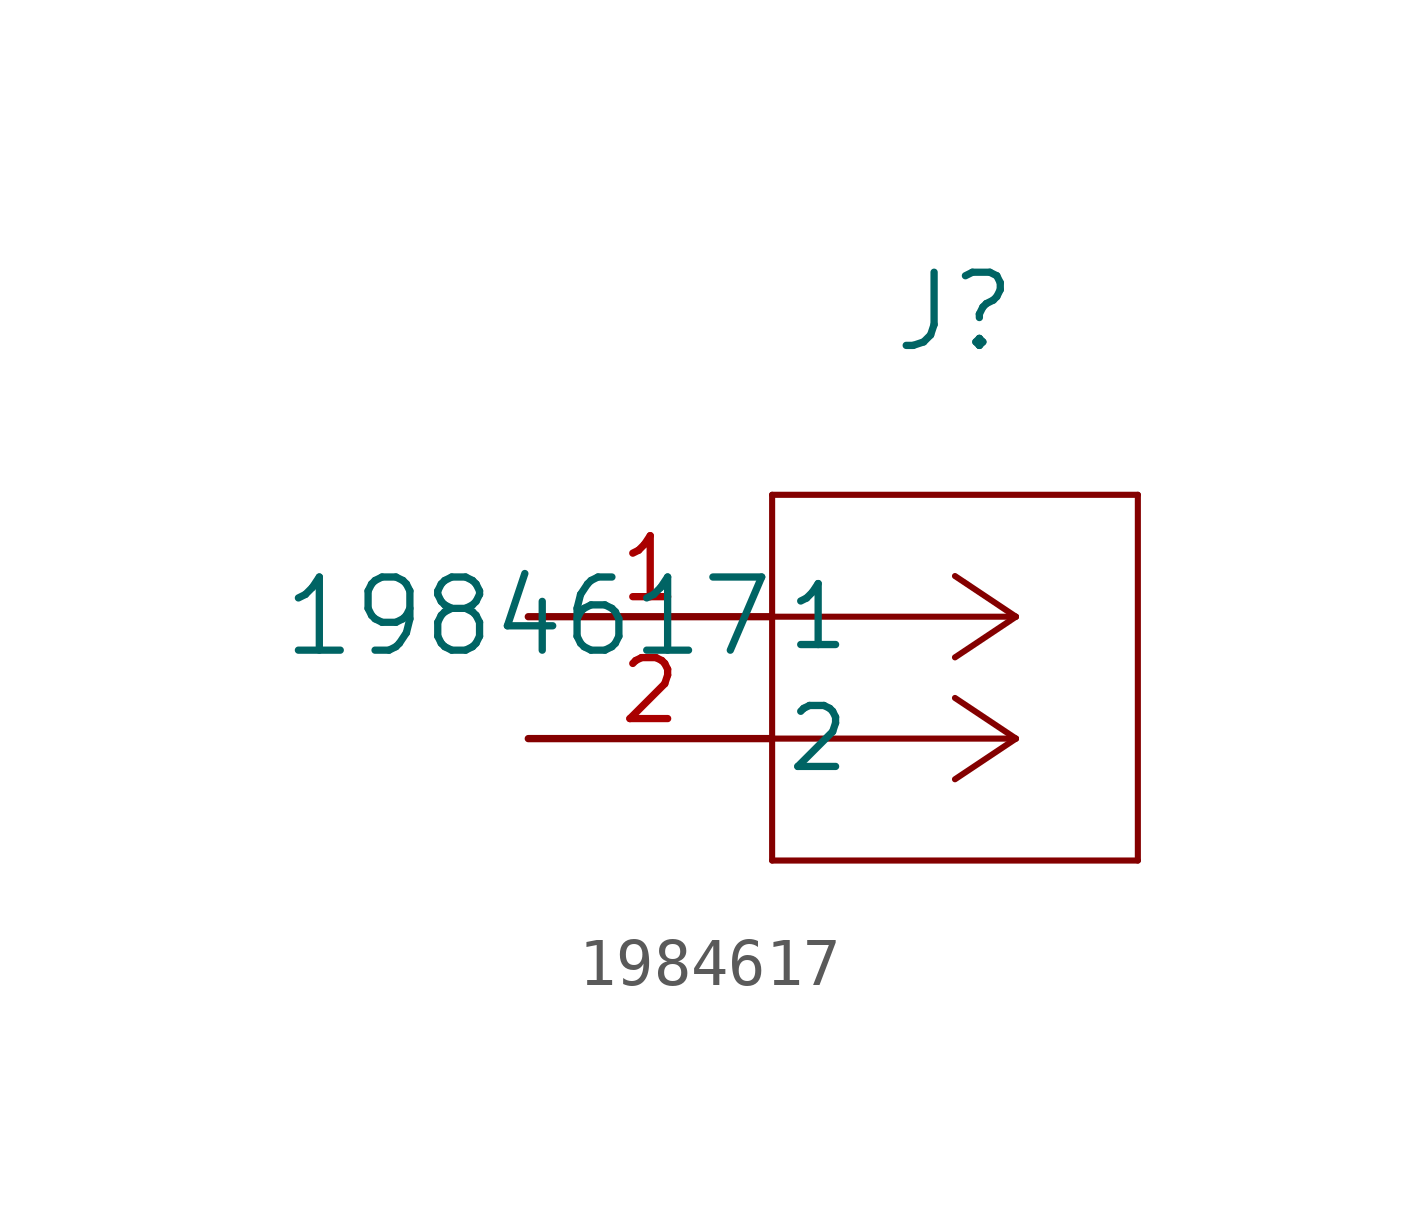
<source format=kicad_sym>
(kicad_symbol_lib
  (version 20211014)
  (generator kicad_symbol_editor)
  (symbol "1984617"
    (pin_names
      (offset 0.254))
    (property "Reference" "J"
      (at 8.89 6.35 0)
      (effects (font (size 1.524 1.524))))
    (property "Value" "1984617"
      (at 0 0 0)
      (effects (font (size 1.524 1.524))))
    (symbol "1984617_0_1"
      (polyline (pts (xy 10.16 0) (xy 5.08 0)) (stroke (width 0.127) (type default) (color 0 0 0 0)) (fill (type none)))
      (polyline (pts (xy 10.16 -2.54) (xy 5.08 -2.54)) (stroke (width 0.127) (type default) (color 0 0 0 0)) (fill (type none)))
      (polyline (pts (xy 10.16 0) (xy 8.89 0.847)) (stroke (width 0.127) (type default) (color 0 0 0 0)) (fill (type none)))
      (polyline (pts (xy 10.16 -2.54) (xy 8.89 -1.693)) (stroke (width 0.127) (type default) (color 0 0 0 0)) (fill (type none)))
      (polyline (pts (xy 10.16 0) (xy 8.89 -0.847)) (stroke (width 0.127) (type default) (color 0 0 0 0)) (fill (type none)))
      (polyline (pts (xy 10.16 -2.54) (xy 8.89 -3.387)) (stroke (width 0.127) (type default) (color 0 0 0 0)) (fill (type none)))
      (polyline (pts (xy 5.08 2.54) (xy 5.08 -5.08)) (stroke (width 0.127) (type default) (color 0 0 0 0)) (fill (type none)))
      (polyline (pts (xy 5.08 -5.08) (xy 12.7 -5.08)) (stroke (width 0.127) (type default) (color 0 0 0 0)) (fill (type none)))
      (polyline (pts (xy 12.7 -5.08) (xy 12.7 2.54)) (stroke (width 0.127) (type default) (color 0 0 0 0)) (fill (type none)))
      (polyline (pts (xy 12.7 2.54) (xy 5.08 2.54)) (stroke (width 0.127) (type default) (color 0 0 0 0)) (fill (type none)))
      (pin unspecified line (at 0 0 0) (length 5.08) (name "1" (effects (font (size 1.27 1.27)))) (number "1" (effects (font (size 1.27 1.27)))))
      (pin unspecified line (at 0 -2.54 0) (length 5.08) (name "2" (effects (font (size 1.27 1.27)))) (number "2" (effects (font (size 1.27 1.27))))))))
</source>
